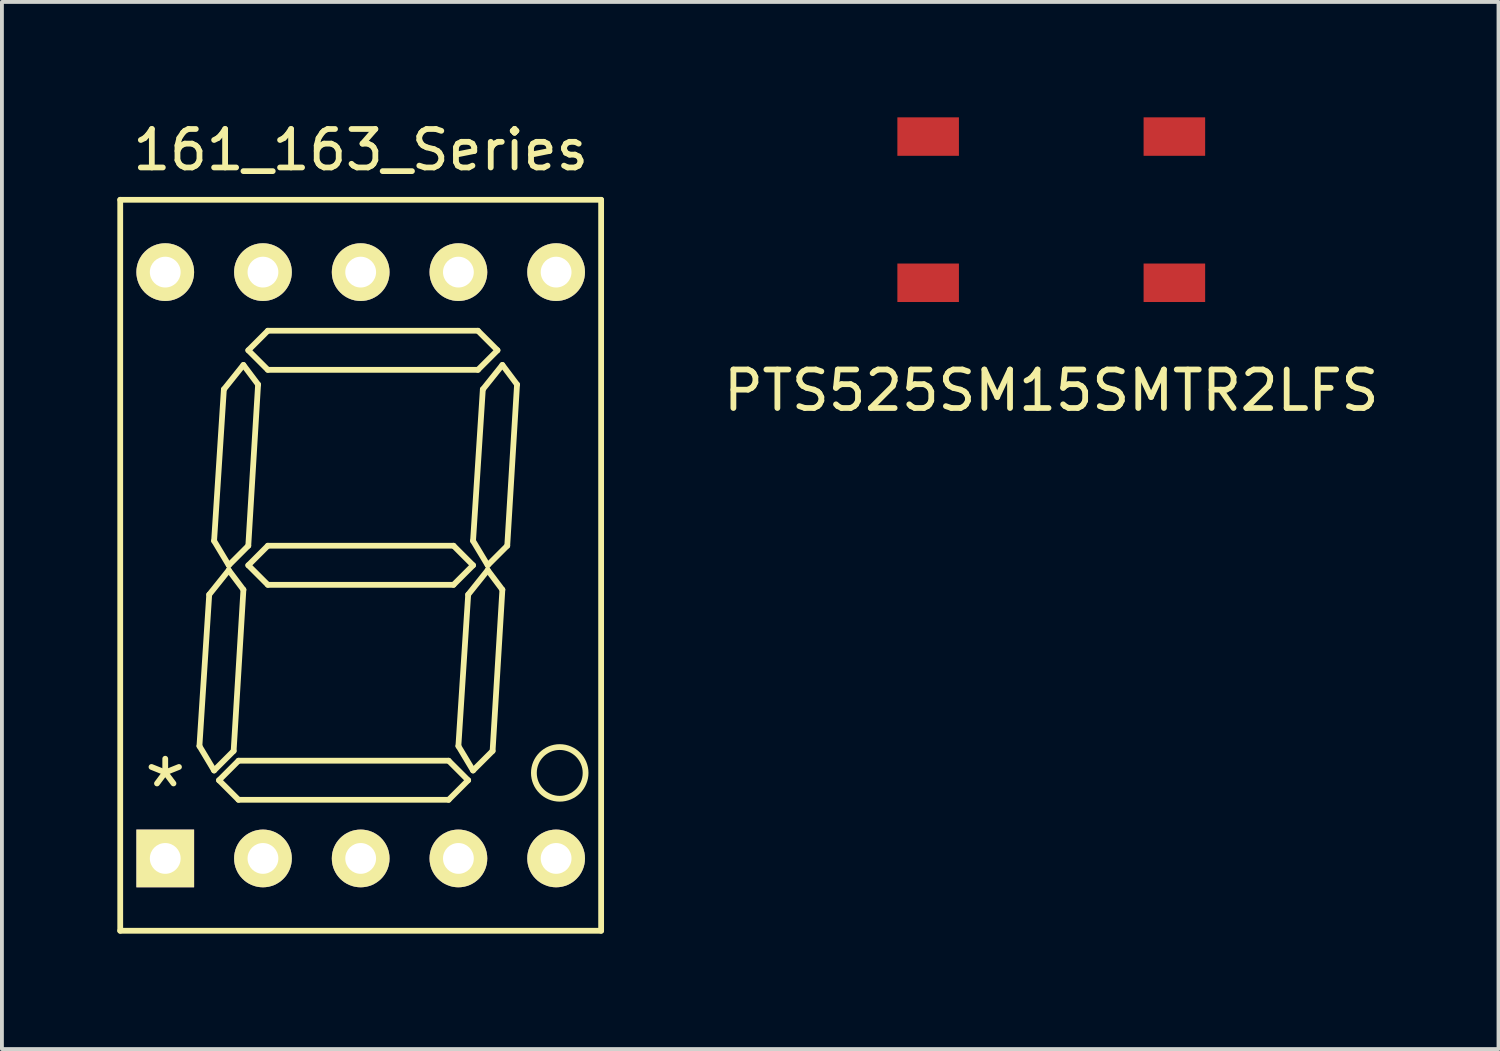
<source format=kicad_pcb>
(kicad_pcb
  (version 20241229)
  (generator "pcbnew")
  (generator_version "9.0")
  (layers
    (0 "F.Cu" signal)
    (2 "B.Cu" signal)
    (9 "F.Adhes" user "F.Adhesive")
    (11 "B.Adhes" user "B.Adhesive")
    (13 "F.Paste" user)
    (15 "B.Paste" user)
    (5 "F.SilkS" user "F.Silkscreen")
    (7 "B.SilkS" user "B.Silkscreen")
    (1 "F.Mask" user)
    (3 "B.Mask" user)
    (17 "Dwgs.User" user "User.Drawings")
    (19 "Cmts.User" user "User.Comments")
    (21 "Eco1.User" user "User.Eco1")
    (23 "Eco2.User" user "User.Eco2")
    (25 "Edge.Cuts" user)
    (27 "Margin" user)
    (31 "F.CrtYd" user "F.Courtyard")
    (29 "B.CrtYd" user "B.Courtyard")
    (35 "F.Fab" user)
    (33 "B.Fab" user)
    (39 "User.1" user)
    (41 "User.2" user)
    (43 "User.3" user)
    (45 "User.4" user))
  (footprint "161_163_Series"
    (layer "F.Cu")
    (at 6.325 11.643)
    (property "Reference" "161_163_Series" (at 0 -10.795 0) (layer "F.SilkS") (effects (font (size 1 1) (thickness 0.15))))
    (attr through_hole)
    (fp_line (start -6.25 -9.5) (end -6.25 9.5) (stroke (width 0.15) (type solid)) (layer "F.SilkS"))
    (fp_line (start -6.25 9.5) (end 6.25 9.5) (stroke (width 0.15) (type solid)) (layer "F.SilkS"))
    (fp_line (start -4.191 4.699) (end -3.937 0.762) (stroke (width 0.15) (type solid)) (layer "F.SilkS"))
    (fp_line (start -4.191 4.699) (end -3.81 5.334) (stroke (width 0.15) (type solid)) (layer "F.SilkS"))
    (fp_line (start -3.81 -0.635) (end -3.556 -4.572) (stroke (width 0.15) (type solid)) (layer "F.SilkS"))
    (fp_line (start -3.81 -0.635) (end -3.429 0) (stroke (width 0.15) (type solid)) (layer "F.SilkS"))
    (fp_line (start -3.683 5.588) (end -3.175 5.08) (stroke (width 0.15) (type solid)) (layer "F.SilkS"))
    (fp_line (start -3.429 0.127) (end -3.937 0.762) (stroke (width 0.15) (type solid)) (layer "F.SilkS"))
    (fp_line (start -3.429 0.127) (end -3.048 0.635) (stroke (width 0.15) (type solid)) (layer "F.SilkS"))
    (fp_line (start -3.302 4.826) (end -3.81 5.334) (stroke (width 0.15) (type solid)) (layer "F.SilkS"))
    (fp_line (start -3.175 5.08) (end 2.286 5.08) (stroke (width 0.15) (type solid)) (layer "F.SilkS"))
    (fp_line (start -3.175 6.096) (end -3.683 5.588) (stroke (width 0.15) (type solid)) (layer "F.SilkS"))
    (fp_line (start -3.048 -5.207) (end -3.556 -4.572) (stroke (width 0.15) (type solid)) (layer "F.SilkS"))
    (fp_line (start -3.048 -5.207) (end -2.667 -4.699) (stroke (width 0.15) (type solid)) (layer "F.SilkS"))
    (fp_line (start -3.048 0.635) (end -3.302 4.826) (stroke (width 0.15) (type solid)) (layer "F.SilkS"))
    (fp_line (start -2.921 -5.588) (end -2.413 -6.096) (stroke (width 0.15) (type solid)) (layer "F.SilkS"))
    (fp_line (start -2.921 -0.508) (end -3.429 0) (stroke (width 0.15) (type solid)) (layer "F.SilkS"))
    (fp_line (start -2.921 0) (end -2.413 -0.508) (stroke (width 0.15) (type solid)) (layer "F.SilkS"))
    (fp_line (start -2.667 -4.699) (end -2.921 -0.508) (stroke (width 0.15) (type solid)) (layer "F.SilkS"))
    (fp_line (start -2.413 -6.096) (end 3.048 -6.096) (stroke (width 0.15) (type solid)) (layer "F.SilkS"))
    (fp_line (start -2.413 -5.08) (end -2.921 -5.588) (stroke (width 0.15) (type solid)) (layer "F.SilkS"))
    (fp_line (start -2.413 -0.508) (end 2.413 -0.508) (stroke (width 0.15) (type solid)) (layer "F.SilkS"))
    (fp_line (start -2.413 0.508) (end -2.921 0) (stroke (width 0.15) (type solid)) (layer "F.SilkS"))
    (fp_line (start -2.413 0.508) (end 2.413 0.508) (stroke (width 0.15) (type solid)) (layer "F.SilkS"))
    (fp_line (start 2.286 6.096) (end -3.175 6.096) (stroke (width 0.15) (type solid)) (layer "F.SilkS"))
    (fp_line (start 2.286 6.096) (end 2.794 5.588) (stroke (width 0.15) (type solid)) (layer "F.SilkS"))
    (fp_line (start 2.413 0.508) (end 2.921 0) (stroke (width 0.15) (type solid)) (layer "F.SilkS"))
    (fp_line (start 2.54 4.699) (end 2.794 0.762) (stroke (width 0.15) (type solid)) (layer "F.SilkS"))
    (fp_line (start 2.54 4.699) (end 2.921 5.334) (stroke (width 0.15) (type solid)) (layer "F.SilkS"))
    (fp_line (start 2.794 5.588) (end 2.286 5.08) (stroke (width 0.15) (type solid)) (layer "F.SilkS"))
    (fp_line (start 2.921 -0.635) (end 3.175 -4.572) (stroke (width 0.15) (type solid)) (layer "F.SilkS"))
    (fp_line (start 2.921 -0.635) (end 3.302 0) (stroke (width 0.15) (type solid)) (layer "F.SilkS"))
    (fp_line (start 2.921 0) (end 2.413 -0.508) (stroke (width 0.15) (type solid)) (layer "F.SilkS"))
    (fp_line (start 3.048 -5.08) (end -2.413 -5.08) (stroke (width 0.15) (type solid)) (layer "F.SilkS"))
    (fp_line (start 3.048 -5.08) (end 3.556 -5.588) (stroke (width 0.15) (type solid)) (layer "F.SilkS"))
    (fp_line (start 3.302 0.127) (end 2.794 0.762) (stroke (width 0.15) (type solid)) (layer "F.SilkS"))
    (fp_line (start 3.302 0.127) (end 3.683 0.635) (stroke (width 0.15) (type solid)) (layer "F.SilkS"))
    (fp_line (start 3.429 4.826) (end 2.921 5.334) (stroke (width 0.15) (type solid)) (layer "F.SilkS"))
    (fp_line (start 3.556 -5.588) (end 3.048 -6.096) (stroke (width 0.15) (type solid)) (layer "F.SilkS"))
    (fp_line (start 3.683 -5.207) (end 3.175 -4.572) (stroke (width 0.15) (type solid)) (layer "F.SilkS"))
    (fp_line (start 3.683 -5.207) (end 4.064 -4.699) (stroke (width 0.15) (type solid)) (layer "F.SilkS"))
    (fp_line (start 3.683 0.635) (end 3.429 4.826) (stroke (width 0.15) (type solid)) (layer "F.SilkS"))
    (fp_line (start 3.81 -0.508) (end 3.302 0) (stroke (width 0.15) (type solid)) (layer "F.SilkS"))
    (fp_line (start 4.064 -4.699) (end 3.81 -0.508) (stroke (width 0.15) (type solid)) (layer "F.SilkS"))
    (fp_line (start 6.25 -9.5) (end -6.25 -9.5) (stroke (width 0.15) (type solid)) (layer "F.SilkS"))
    (fp_line (start 6.25 9.5) (end 6.25 -9.5) (stroke (width 0.15) (type solid)) (layer "F.SilkS"))
    (fp_circle (center 5.174 5.397) (end 5.649 5.872) (stroke (width 0.15) (type solid)) (fill no) (layer "F.SilkS"))
    (fp_text user "*" (at -5.08 5.842 0) (layer "F.SilkS") (effects (font (size 1.5 1.5) (thickness 0.15))))
    (pad "1" thru_hole rect (at -5.08 7.62) (size 1.5 1.5) (drill 0.8) (layers "*.Cu" "*.Mask" "F.SilkS"))
    (pad "2" thru_hole circle (at -2.54 7.62) (size 1.5 1.5) (drill 0.8) (layers "*.Cu" "*.Mask" "F.SilkS"))
    (pad "3" thru_hole circle (at 0 7.62) (size 1.5 1.5) (drill 0.8) (layers "*.Cu" "*.Mask" "F.SilkS"))
    (pad "4" thru_hole circle (at 2.54 7.62) (size 1.5 1.5) (drill 0.8) (layers "*.Cu" "*.Mask" "F.SilkS"))
    (pad "5" thru_hole circle (at 5.08 7.62) (size 1.5 1.5) (drill 0.8) (layers "*.Cu" "*.Mask" "F.SilkS"))
    (pad "6" thru_hole circle (at 5.08 -7.62) (size 1.5 1.5) (drill 0.8) (layers "*.Cu" "*.Mask" "F.SilkS"))
    (pad "7" thru_hole circle (at 2.54 -7.62) (size 1.5 1.5) (drill 0.8) (layers "*.Cu" "*.Mask" "F.SilkS"))
    (pad "8" thru_hole circle (at 0 -7.62) (size 1.5 1.5) (drill 0.8) (layers "*.Cu" "*.Mask" "F.SilkS"))
    (pad "9" thru_hole circle (at -2.54 -7.62) (size 1.5 1.5) (drill 0.8) (layers "*.Cu" "*.Mask" "F.SilkS"))
    (pad "10" thru_hole circle (at -5.08 -7.62) (size 1.5 1.5) (drill 0.8) (layers "*.Cu" "*.Mask" "F.SilkS")))
  (footprint "PTS525SM15SMTR2LFS"
    (layer "F.Cu")
    (at 24.275 2.4)
    (property "Reference" "PTS525SM15SMTR2LFS" (at 0 4.7 0) (layer "F.SilkS") (effects (font (size 1 1) (thickness 0.15))))
    (attr through_hole)
    (pad "1" smd rect (at -3.2 -1.9) (size 1.6 1) (layers "F.Cu" "F.Mask" "F.Paste"))
    (pad "2" smd rect (at 3.2 -1.9) (size 1.6 1) (layers "F.Cu" "F.Mask" "F.Paste"))
    (pad "3" smd rect (at -3.2 1.9) (size 1.6 1) (layers "F.Cu" "F.Mask" "F.Paste"))
    (pad "4" smd rect (at 3.2 1.9) (size 1.6 1) (layers "F.Cu" "F.Mask" "F.Paste")))
  (gr_rect
    (start -3 -3)
    (end 35.9 24.218)
    (stroke (width 0.1) (type default))
    (fill no)
    (layer "Edge.Cuts")))
</source>
